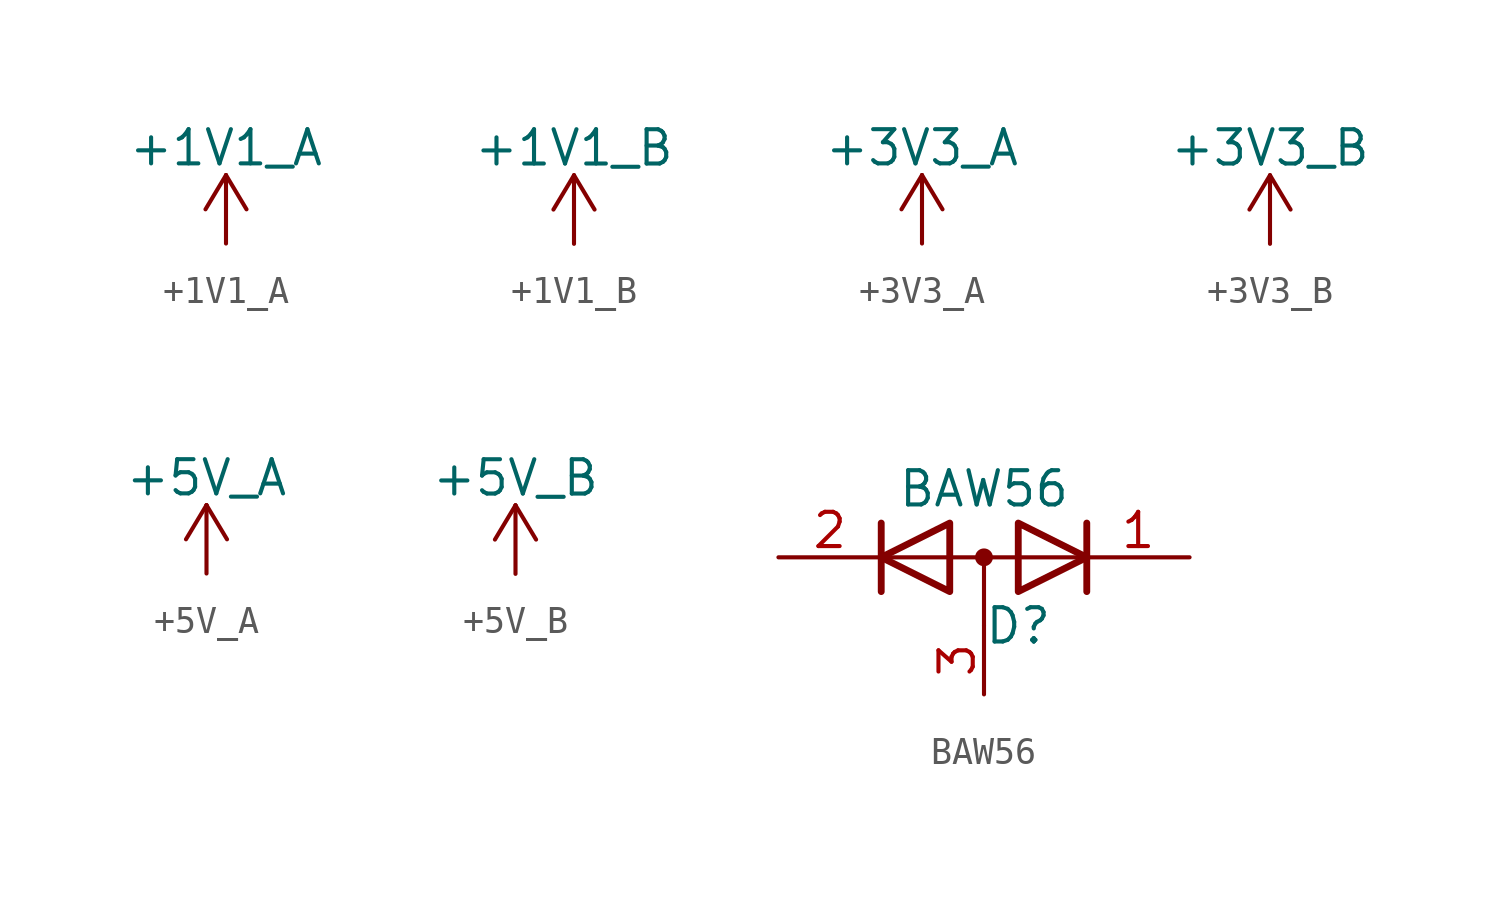
<source format=kicad_sym>
(kicad_symbol_lib
  (version 20211014)
  (generator kicad_symbol_editor)
  (symbol "+1V1_A"
    (power)
    (pin_names
      (offset 0))
    (property "Reference" "#PWR"
      (at 0 -3.81 0)
      (effects (font (size 1.27 1.27)) hide))
    (property "Value" "+1V1_A"
      (at 0 3.556 0)
      (effects (font (size 1.27 1.27))))
    (symbol "+1V1_A_0_1"
      (polyline (pts (xy -0.762 1.27) (xy 0 2.54)) (stroke (width 0) (type default) (color 0 0 0 0)) (fill (type none)))
      (polyline (pts (xy 0 0) (xy 0 2.54)) (stroke (width 0) (type default) (color 0 0 0 0)) (fill (type none)))
      (polyline (pts (xy 0 2.54) (xy 0.762 1.27)) (stroke (width 0) (type default) (color 0 0 0 0)) (fill (type none))))
    (symbol "+1V1_A_1_1"
      (pin power_in line (at 0 0 90) (length 0) hide (name "+1V1_A" (effects (font (size 1.27 1.27)))) (number "1" (effects (font (size 1.27 1.27)))))))
  (symbol "+1V1_B"
    (power)
    (pin_names
      (offset 0))
    (property "Reference" "#PWR"
      (at 0 -3.81 0)
      (effects (font (size 1.27 1.27)) hide))
    (property "Value" "+1V1_B"
      (at 0 3.556 0)
      (effects (font (size 1.27 1.27))))
    (symbol "+1V1_B_0_1"
      (polyline (pts (xy -0.762 1.27) (xy 0 2.54)) (stroke (width 0) (type default) (color 0 0 0 0)) (fill (type none)))
      (polyline (pts (xy 0 0) (xy 0 2.54)) (stroke (width 0) (type default) (color 0 0 0 0)) (fill (type none)))
      (polyline (pts (xy 0 2.54) (xy 0.762 1.27)) (stroke (width 0) (type default) (color 0 0 0 0)) (fill (type none))))
    (symbol "+1V1_B_1_1"
      (pin power_in line (at 0 0 90) (length 0) hide (name "+1V1_B" (effects (font (size 1.27 1.27)))) (number "1" (effects (font (size 1.27 1.27)))))))
  (symbol "+3V3_A"
    (power)
    (pin_names
      (offset 0))
    (property "Reference" "#PWR"
      (at 0 -3.81 0)
      (effects (font (size 1.27 1.27)) hide))
    (property "Value" "+3V3_A"
      (at 0 3.556 0)
      (effects (font (size 1.27 1.27))))
    (symbol "+3V3_A_0_1"
      (polyline (pts (xy -0.762 1.27) (xy 0 2.54)) (stroke (width 0) (type default) (color 0 0 0 0)) (fill (type none)))
      (polyline (pts (xy 0 0) (xy 0 2.54)) (stroke (width 0) (type default) (color 0 0 0 0)) (fill (type none)))
      (polyline (pts (xy 0 2.54) (xy 0.762 1.27)) (stroke (width 0) (type default) (color 0 0 0 0)) (fill (type none))))
    (symbol "+3V3_A_1_1"
      (pin power_in line (at 0 0 90) (length 0) hide (name "+3V3_A" (effects (font (size 1.27 1.27)))) (number "1" (effects (font (size 1.27 1.27)))))))
  (symbol "+3V3_B"
    (power)
    (pin_names
      (offset 0))
    (property "Reference" "#PWR"
      (at 0 -3.81 0)
      (effects (font (size 1.27 1.27)) hide))
    (property "Value" "+3V3_B"
      (at 0 3.556 0)
      (effects (font (size 1.27 1.27))))
    (symbol "+3V3_B_0_1"
      (polyline (pts (xy -0.762 1.27) (xy 0 2.54)) (stroke (width 0) (type default) (color 0 0 0 0)) (fill (type none)))
      (polyline (pts (xy 0 0) (xy 0 2.54)) (stroke (width 0) (type default) (color 0 0 0 0)) (fill (type none)))
      (polyline (pts (xy 0 2.54) (xy 0.762 1.27)) (stroke (width 0) (type default) (color 0 0 0 0)) (fill (type none))))
    (symbol "+3V3_B_1_1"
      (pin power_in line (at 0 0 90) (length 0) hide (name "+3V3_B" (effects (font (size 1.27 1.27)))) (number "1" (effects (font (size 1.27 1.27)))))))
  (symbol "+5V_A"
    (power)
    (pin_names
      (offset 0))
    (property "Reference" "#PWR"
      (at 0 -3.81 0)
      (effects (font (size 1.27 1.27)) hide))
    (property "Value" "+5V_A"
      (at 0 3.556 0)
      (effects (font (size 1.27 1.27))))
    (symbol "+5V_A_0_1"
      (polyline (pts (xy -0.762 1.27) (xy 0 2.54)) (stroke (width 0) (type default) (color 0 0 0 0)) (fill (type none)))
      (polyline (pts (xy 0 0) (xy 0 2.54)) (stroke (width 0) (type default) (color 0 0 0 0)) (fill (type none)))
      (polyline (pts (xy 0 2.54) (xy 0.762 1.27)) (stroke (width 0) (type default) (color 0 0 0 0)) (fill (type none))))
    (symbol "+5V_A_1_1"
      (pin power_in line (at 0 0 90) (length 0) hide (name "+5V_A" (effects (font (size 1.27 1.27)))) (number "1" (effects (font (size 1.27 1.27)))))))
  (symbol "+5V_B"
    (power)
    (pin_names
      (offset 0))
    (property "Reference" "#PWR"
      (at 0 -3.81 0)
      (effects (font (size 1.27 1.27)) hide))
    (property "Value" "+5V_B"
      (at 0 3.556 0)
      (effects (font (size 1.27 1.27))))
    (symbol "+5V_B_0_1"
      (polyline (pts (xy -0.762 1.27) (xy 0 2.54)) (stroke (width 0) (type default) (color 0 0 0 0)) (fill (type none)))
      (polyline (pts (xy 0 0) (xy 0 2.54)) (stroke (width 0) (type default) (color 0 0 0 0)) (fill (type none)))
      (polyline (pts (xy 0 2.54) (xy 0.762 1.27)) (stroke (width 0) (type default) (color 0 0 0 0)) (fill (type none))))
    (symbol "+5V_B_1_1"
      (pin power_in line (at 0 0 90) (length 0) hide (name "+5V_B" (effects (font (size 1.27 1.27)))) (number "1" (effects (font (size 1.27 1.27)))))))
  (symbol "BAW56"
    (pin_names
      (offset 0.762) hide)
    (property "Reference" "D"
      (at 1.27 -2.54 0)
      (effects (font (size 1.27 1.27))))
    (property "Value" "BAW56"
      (at 0 2.54 0)
      (effects (font (size 1.27 1.27))))
    (symbol "BAW56_0_1"
      (polyline (pts (xy -3.556 0) (xy 3.81 0)) (stroke (width 0) (type default) (color 0 0 0 0)) (fill (type none)))
      (polyline (pts (xy 0 0) (xy 0 -2.54)) (stroke (width 0) (type default) (color 0 0 0 0)) (fill (type none)))
      (polyline (pts (xy -3.81 1.27) (xy -3.81 -1.27) (xy -3.81 -1.27)) (stroke (width 0.254) (type default) (color 0 0 0 0)) (fill (type none)))
      (polyline (pts (xy 3.81 1.27) (xy 3.81 -1.27) (xy 3.81 -1.27)) (stroke (width 0.254) (type default) (color 0 0 0 0)) (fill (type none)))
      (polyline (pts (xy -1.27 -1.27) (xy -3.81 0) (xy -1.27 1.27) (xy -1.27 -1.27) (xy -1.27 -1.27) (xy -1.27 -1.27)) (stroke (width 0.254) (type default) (color 0 0 0 0)) (fill (type none)))
      (polyline (pts (xy 1.27 1.27) (xy 3.81 0) (xy 1.27 -1.27) (xy 1.27 1.27) (xy 1.27 1.27) (xy 1.27 1.27)) (stroke (width 0.254) (type default) (color 0 0 0 0)) (fill (type none)))
      (circle (center 0 0) (radius 0.254) (stroke (width 0) (type default) (color 0 0 0 0)) (fill (type outline)))
      (pin passive line (at 7.62 0 180) (length 3.81) (name "K" (effects (font (size 1.27 1.27)))) (number "1" (effects (font (size 1.27 1.27)))))
      (pin passive line (at -7.62 0 0) (length 3.81) (name "K" (effects (font (size 1.27 1.27)))) (number "2" (effects (font (size 1.27 1.27)))))
      (pin passive line (at 0 -5.08 90) (length 2.54) (name "A" (effects (font (size 1.27 1.27)))) (number "3" (effects (font (size 1.27 1.27))))))))
</source>
